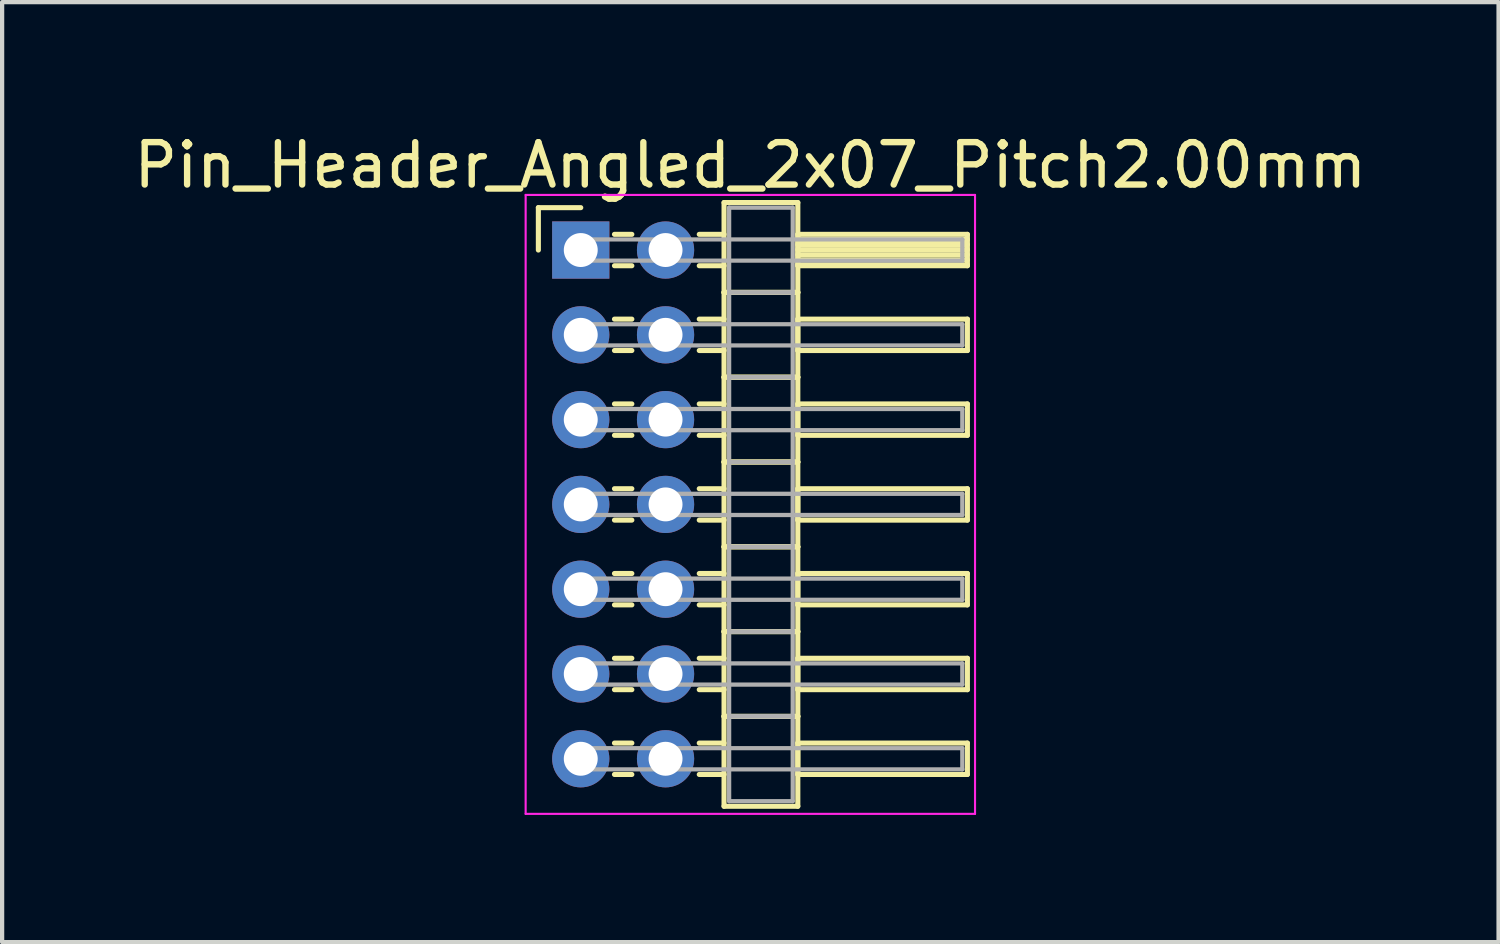
<source format=kicad_pcb>
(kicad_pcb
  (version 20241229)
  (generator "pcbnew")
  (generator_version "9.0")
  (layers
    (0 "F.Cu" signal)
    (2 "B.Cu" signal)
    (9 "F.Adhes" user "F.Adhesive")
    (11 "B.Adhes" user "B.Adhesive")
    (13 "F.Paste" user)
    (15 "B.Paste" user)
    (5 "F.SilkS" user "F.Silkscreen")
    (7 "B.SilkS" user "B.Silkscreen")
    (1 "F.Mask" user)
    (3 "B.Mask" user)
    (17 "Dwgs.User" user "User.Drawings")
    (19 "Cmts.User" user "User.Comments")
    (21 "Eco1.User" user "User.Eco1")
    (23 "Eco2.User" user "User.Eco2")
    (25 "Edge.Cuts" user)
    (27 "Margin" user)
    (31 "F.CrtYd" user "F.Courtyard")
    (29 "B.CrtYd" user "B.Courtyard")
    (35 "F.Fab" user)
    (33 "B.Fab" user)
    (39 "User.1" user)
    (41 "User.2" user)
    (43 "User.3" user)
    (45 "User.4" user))
  (footprint "Pin_Header_Angled_2x07_Pitch2.00mm"
    (layer "F.Cu")
    (at 10.649 2.848)
    (property "Reference" "Pin_Header_Angled_2x07_Pitch2.00mm" (at 4 -2 0) (layer "F.SilkS") (effects (font (size 1 1) (thickness 0.15))))
    (attr through_hole)
    (fp_line (start -1 -1) (end 0 -1) (stroke (width 0.12) (type solid)) (layer "F.SilkS"))
    (fp_line (start -1 0) (end -1 -1) (stroke (width 0.12) (type solid)) (layer "F.SilkS"))
    (fp_line (start 0.795 -0.37) (end 1.205 -0.37) (stroke (width 0.12) (type solid)) (layer "F.SilkS"))
    (fp_line (start 0.795 0.37) (end 1.205 0.37) (stroke (width 0.12) (type solid)) (layer "F.SilkS"))
    (fp_line (start 0.795 1.63) (end 1.205 1.63) (stroke (width 0.12) (type solid)) (layer "F.SilkS"))
    (fp_line (start 0.795 2.37) (end 1.205 2.37) (stroke (width 0.12) (type solid)) (layer "F.SilkS"))
    (fp_line (start 0.795 3.63) (end 1.205 3.63) (stroke (width 0.12) (type solid)) (layer "F.SilkS"))
    (fp_line (start 0.795 4.37) (end 1.205 4.37) (stroke (width 0.12) (type solid)) (layer "F.SilkS"))
    (fp_line (start 0.795 5.63) (end 1.205 5.63) (stroke (width 0.12) (type solid)) (layer "F.SilkS"))
    (fp_line (start 0.795 6.37) (end 1.205 6.37) (stroke (width 0.12) (type solid)) (layer "F.SilkS"))
    (fp_line (start 0.795 7.63) (end 1.205 7.63) (stroke (width 0.12) (type solid)) (layer "F.SilkS"))
    (fp_line (start 0.795 8.37) (end 1.205 8.37) (stroke (width 0.12) (type solid)) (layer "F.SilkS"))
    (fp_line (start 0.795 9.63) (end 1.205 9.63) (stroke (width 0.12) (type solid)) (layer "F.SilkS"))
    (fp_line (start 0.795 10.37) (end 1.205 10.37) (stroke (width 0.12) (type solid)) (layer "F.SilkS"))
    (fp_line (start 0.795 11.63) (end 1.205 11.63) (stroke (width 0.12) (type solid)) (layer "F.SilkS"))
    (fp_line (start 0.795 12.37) (end 1.205 12.37) (stroke (width 0.12) (type solid)) (layer "F.SilkS"))
    (fp_line (start 2.795 -0.37) (end 3.38 -0.37) (stroke (width 0.12) (type solid)) (layer "F.SilkS"))
    (fp_line (start 2.795 0.37) (end 3.38 0.37) (stroke (width 0.12) (type solid)) (layer "F.SilkS"))
    (fp_line (start 2.795 1.63) (end 3.38 1.63) (stroke (width 0.12) (type solid)) (layer "F.SilkS"))
    (fp_line (start 2.795 2.37) (end 3.38 2.37) (stroke (width 0.12) (type solid)) (layer "F.SilkS"))
    (fp_line (start 2.795 3.63) (end 3.38 3.63) (stroke (width 0.12) (type solid)) (layer "F.SilkS"))
    (fp_line (start 2.795 4.37) (end 3.38 4.37) (stroke (width 0.12) (type solid)) (layer "F.SilkS"))
    (fp_line (start 2.795 5.63) (end 3.38 5.63) (stroke (width 0.12) (type solid)) (layer "F.SilkS"))
    (fp_line (start 2.795 6.37) (end 3.38 6.37) (stroke (width 0.12) (type solid)) (layer "F.SilkS"))
    (fp_line (start 2.795 7.63) (end 3.38 7.63) (stroke (width 0.12) (type solid)) (layer "F.SilkS"))
    (fp_line (start 2.795 8.37) (end 3.38 8.37) (stroke (width 0.12) (type solid)) (layer "F.SilkS"))
    (fp_line (start 2.795 9.63) (end 3.38 9.63) (stroke (width 0.12) (type solid)) (layer "F.SilkS"))
    (fp_line (start 2.795 10.37) (end 3.38 10.37) (stroke (width 0.12) (type solid)) (layer "F.SilkS"))
    (fp_line (start 2.795 11.63) (end 3.38 11.63) (stroke (width 0.12) (type solid)) (layer "F.SilkS"))
    (fp_line (start 2.795 12.37) (end 3.38 12.37) (stroke (width 0.12) (type solid)) (layer "F.SilkS"))
    (fp_line (start 3.38 -1.12) (end 3.38 1) (stroke (width 0.12) (type solid)) (layer "F.SilkS"))
    (fp_line (start 3.38 1) (end 3.38 3) (stroke (width 0.12) (type solid)) (layer "F.SilkS"))
    (fp_line (start 3.38 1) (end 5.12 1) (stroke (width 0.12) (type solid)) (layer "F.SilkS"))
    (fp_line (start 3.38 3) (end 3.38 5) (stroke (width 0.12) (type solid)) (layer "F.SilkS"))
    (fp_line (start 3.38 3) (end 5.12 3) (stroke (width 0.12) (type solid)) (layer "F.SilkS"))
    (fp_line (start 3.38 5) (end 3.38 7) (stroke (width 0.12) (type solid)) (layer "F.SilkS"))
    (fp_line (start 3.38 5) (end 5.12 5) (stroke (width 0.12) (type solid)) (layer "F.SilkS"))
    (fp_line (start 3.38 7) (end 3.38 9) (stroke (width 0.12) (type solid)) (layer "F.SilkS"))
    (fp_line (start 3.38 7) (end 5.12 7) (stroke (width 0.12) (type solid)) (layer "F.SilkS"))
    (fp_line (start 3.38 9) (end 3.38 11) (stroke (width 0.12) (type solid)) (layer "F.SilkS"))
    (fp_line (start 3.38 9) (end 5.12 9) (stroke (width 0.12) (type solid)) (layer "F.SilkS"))
    (fp_line (start 3.38 11) (end 3.38 13.12) (stroke (width 0.12) (type solid)) (layer "F.SilkS"))
    (fp_line (start 3.38 11) (end 5.12 11) (stroke (width 0.12) (type solid)) (layer "F.SilkS"))
    (fp_line (start 3.38 13.12) (end 5.12 13.12) (stroke (width 0.12) (type solid)) (layer "F.SilkS"))
    (fp_line (start 5.12 -1.12) (end 3.38 -1.12) (stroke (width 0.12) (type solid)) (layer "F.SilkS"))
    (fp_line (start 5.12 -0.37) (end 5.12 0.37) (stroke (width 0.12) (type solid)) (layer "F.SilkS"))
    (fp_line (start 5.12 -0.25) (end 9.12 -0.25) (stroke (width 0.12) (type solid)) (layer "F.SilkS"))
    (fp_line (start 5.12 -0.13) (end 9.12 -0.13) (stroke (width 0.12) (type solid)) (layer "F.SilkS"))
    (fp_line (start 5.12 -0.01) (end 9.12 -0.01) (stroke (width 0.12) (type solid)) (layer "F.SilkS"))
    (fp_line (start 5.12 0.11) (end 9.12 0.11) (stroke (width 0.12) (type solid)) (layer "F.SilkS"))
    (fp_line (start 5.12 0.23) (end 9.12 0.23) (stroke (width 0.12) (type solid)) (layer "F.SilkS"))
    (fp_line (start 5.12 0.35) (end 9.12 0.35) (stroke (width 0.12) (type solid)) (layer "F.SilkS"))
    (fp_line (start 5.12 0.37) (end 9.12 0.37) (stroke (width 0.12) (type solid)) (layer "F.SilkS"))
    (fp_line (start 5.12 1) (end 3.38 1) (stroke (width 0.12) (type solid)) (layer "F.SilkS"))
    (fp_line (start 5.12 1) (end 5.12 -1.12) (stroke (width 0.12) (type solid)) (layer "F.SilkS"))
    (fp_line (start 5.12 1.63) (end 5.12 2.37) (stroke (width 0.12) (type solid)) (layer "F.SilkS"))
    (fp_line (start 5.12 2.37) (end 9.12 2.37) (stroke (width 0.12) (type solid)) (layer "F.SilkS"))
    (fp_line (start 5.12 3) (end 3.38 3) (stroke (width 0.12) (type solid)) (layer "F.SilkS"))
    (fp_line (start 5.12 3) (end 5.12 1) (stroke (width 0.12) (type solid)) (layer "F.SilkS"))
    (fp_line (start 5.12 3.63) (end 5.12 4.37) (stroke (width 0.12) (type solid)) (layer "F.SilkS"))
    (fp_line (start 5.12 4.37) (end 9.12 4.37) (stroke (width 0.12) (type solid)) (layer "F.SilkS"))
    (fp_line (start 5.12 5) (end 3.38 5) (stroke (width 0.12) (type solid)) (layer "F.SilkS"))
    (fp_line (start 5.12 5) (end 5.12 3) (stroke (width 0.12) (type solid)) (layer "F.SilkS"))
    (fp_line (start 5.12 5.63) (end 5.12 6.37) (stroke (width 0.12) (type solid)) (layer "F.SilkS"))
    (fp_line (start 5.12 6.37) (end 9.12 6.37) (stroke (width 0.12) (type solid)) (layer "F.SilkS"))
    (fp_line (start 5.12 7) (end 3.38 7) (stroke (width 0.12) (type solid)) (layer "F.SilkS"))
    (fp_line (start 5.12 7) (end 5.12 5) (stroke (width 0.12) (type solid)) (layer "F.SilkS"))
    (fp_line (start 5.12 7.63) (end 5.12 8.37) (stroke (width 0.12) (type solid)) (layer "F.SilkS"))
    (fp_line (start 5.12 8.37) (end 9.12 8.37) (stroke (width 0.12) (type solid)) (layer "F.SilkS"))
    (fp_line (start 5.12 9) (end 3.38 9) (stroke (width 0.12) (type solid)) (layer "F.SilkS"))
    (fp_line (start 5.12 9) (end 5.12 7) (stroke (width 0.12) (type solid)) (layer "F.SilkS"))
    (fp_line (start 5.12 9.63) (end 5.12 10.37) (stroke (width 0.12) (type solid)) (layer "F.SilkS"))
    (fp_line (start 5.12 10.37) (end 9.12 10.37) (stroke (width 0.12) (type solid)) (layer "F.SilkS"))
    (fp_line (start 5.12 11) (end 3.38 11) (stroke (width 0.12) (type solid)) (layer "F.SilkS"))
    (fp_line (start 5.12 11) (end 5.12 9) (stroke (width 0.12) (type solid)) (layer "F.SilkS"))
    (fp_line (start 5.12 11.63) (end 5.12 12.37) (stroke (width 0.12) (type solid)) (layer "F.SilkS"))
    (fp_line (start 5.12 12.37) (end 9.12 12.37) (stroke (width 0.12) (type solid)) (layer "F.SilkS"))
    (fp_line (start 5.12 13.12) (end 5.12 11) (stroke (width 0.12) (type solid)) (layer "F.SilkS"))
    (fp_line (start 9.12 -0.37) (end 5.12 -0.37) (stroke (width 0.12) (type solid)) (layer "F.SilkS"))
    (fp_line (start 9.12 0.37) (end 9.12 -0.37) (stroke (width 0.12) (type solid)) (layer "F.SilkS"))
    (fp_line (start 9.12 1.63) (end 5.12 1.63) (stroke (width 0.12) (type solid)) (layer "F.SilkS"))
    (fp_line (start 9.12 2.37) (end 9.12 1.63) (stroke (width 0.12) (type solid)) (layer "F.SilkS"))
    (fp_line (start 9.12 3.63) (end 5.12 3.63) (stroke (width 0.12) (type solid)) (layer "F.SilkS"))
    (fp_line (start 9.12 4.37) (end 9.12 3.63) (stroke (width 0.12) (type solid)) (layer "F.SilkS"))
    (fp_line (start 9.12 5.63) (end 5.12 5.63) (stroke (width 0.12) (type solid)) (layer "F.SilkS"))
    (fp_line (start 9.12 6.37) (end 9.12 5.63) (stroke (width 0.12) (type solid)) (layer "F.SilkS"))
    (fp_line (start 9.12 7.63) (end 5.12 7.63) (stroke (width 0.12) (type solid)) (layer "F.SilkS"))
    (fp_line (start 9.12 8.37) (end 9.12 7.63) (stroke (width 0.12) (type solid)) (layer "F.SilkS"))
    (fp_line (start 9.12 9.63) (end 5.12 9.63) (stroke (width 0.12) (type solid)) (layer "F.SilkS"))
    (fp_line (start 9.12 10.37) (end 9.12 9.63) (stroke (width 0.12) (type solid)) (layer "F.SilkS"))
    (fp_line (start 9.12 11.63) (end 5.12 11.63) (stroke (width 0.12) (type solid)) (layer "F.SilkS"))
    (fp_line (start 9.12 12.37) (end 9.12 11.63) (stroke (width 0.12) (type solid)) (layer "F.SilkS"))
    (fp_line (start -1.3 -1.3) (end -1.3 13.3) (stroke (width 0.05) (type solid)) (layer "F.CrtYd"))
    (fp_line (start -1.3 13.3) (end 9.3 13.3) (stroke (width 0.05) (type solid)) (layer "F.CrtYd"))
    (fp_line (start 9.3 -1.3) (end -1.3 -1.3) (stroke (width 0.05) (type solid)) (layer "F.CrtYd"))
    (fp_line (start 9.3 13.3) (end 9.3 -1.3) (stroke (width 0.05) (type solid)) (layer "F.CrtYd"))
    (fp_line (start 0 -0.25) (end 0 0.25) (stroke (width 0.1) (type solid)) (layer "F.Fab"))
    (fp_line (start 0 0.25) (end 9 0.25) (stroke (width 0.1) (type solid)) (layer "F.Fab"))
    (fp_line (start 0 1.75) (end 0 2.25) (stroke (width 0.1) (type solid)) (layer "F.Fab"))
    (fp_line (start 0 2.25) (end 9 2.25) (stroke (width 0.1) (type solid)) (layer "F.Fab"))
    (fp_line (start 0 3.75) (end 0 4.25) (stroke (width 0.1) (type solid)) (layer "F.Fab"))
    (fp_line (start 0 4.25) (end 9 4.25) (stroke (width 0.1) (type solid)) (layer "F.Fab"))
    (fp_line (start 0 5.75) (end 0 6.25) (stroke (width 0.1) (type solid)) (layer "F.Fab"))
    (fp_line (start 0 6.25) (end 9 6.25) (stroke (width 0.1) (type solid)) (layer "F.Fab"))
    (fp_line (start 0 7.75) (end 0 8.25) (stroke (width 0.1) (type solid)) (layer "F.Fab"))
    (fp_line (start 0 8.25) (end 9 8.25) (stroke (width 0.1) (type solid)) (layer "F.Fab"))
    (fp_line (start 0 9.75) (end 0 10.25) (stroke (width 0.1) (type solid)) (layer "F.Fab"))
    (fp_line (start 0 10.25) (end 9 10.25) (stroke (width 0.1) (type solid)) (layer "F.Fab"))
    (fp_line (start 0 11.75) (end 0 12.25) (stroke (width 0.1) (type solid)) (layer "F.Fab"))
    (fp_line (start 0 12.25) (end 9 12.25) (stroke (width 0.1) (type solid)) (layer "F.Fab"))
    (fp_line (start 3.5 -1) (end 3.5 1) (stroke (width 0.1) (type solid)) (layer "F.Fab"))
    (fp_line (start 3.5 1) (end 3.5 3) (stroke (width 0.1) (type solid)) (layer "F.Fab"))
    (fp_line (start 3.5 1) (end 5 1) (stroke (width 0.1) (type solid)) (layer "F.Fab"))
    (fp_line (start 3.5 3) (end 3.5 5) (stroke (width 0.1) (type solid)) (layer "F.Fab"))
    (fp_line (start 3.5 3) (end 5 3) (stroke (width 0.1) (type solid)) (layer "F.Fab"))
    (fp_line (start 3.5 5) (end 3.5 7) (stroke (width 0.1) (type solid)) (layer "F.Fab"))
    (fp_line (start 3.5 5) (end 5 5) (stroke (width 0.1) (type solid)) (layer "F.Fab"))
    (fp_line (start 3.5 7) (end 3.5 9) (stroke (width 0.1) (type solid)) (layer "F.Fab"))
    (fp_line (start 3.5 7) (end 5 7) (stroke (width 0.1) (type solid)) (layer "F.Fab"))
    (fp_line (start 3.5 9) (end 3.5 11) (stroke (width 0.1) (type solid)) (layer "F.Fab"))
    (fp_line (start 3.5 9) (end 5 9) (stroke (width 0.1) (type solid)) (layer "F.Fab"))
    (fp_line (start 3.5 11) (end 3.5 13) (stroke (width 0.1) (type solid)) (layer "F.Fab"))
    (fp_line (start 3.5 11) (end 5 11) (stroke (width 0.1) (type solid)) (layer "F.Fab"))
    (fp_line (start 3.5 13) (end 5 13) (stroke (width 0.1) (type solid)) (layer "F.Fab"))
    (fp_line (start 5 -1) (end 3.5 -1) (stroke (width 0.1) (type solid)) (layer "F.Fab"))
    (fp_line (start 5 1) (end 3.5 1) (stroke (width 0.1) (type solid)) (layer "F.Fab"))
    (fp_line (start 5 1) (end 5 -1) (stroke (width 0.1) (type solid)) (layer "F.Fab"))
    (fp_line (start 5 3) (end 3.5 3) (stroke (width 0.1) (type solid)) (layer "F.Fab"))
    (fp_line (start 5 3) (end 5 1) (stroke (width 0.1) (type solid)) (layer "F.Fab"))
    (fp_line (start 5 5) (end 3.5 5) (stroke (width 0.1) (type solid)) (layer "F.Fab"))
    (fp_line (start 5 5) (end 5 3) (stroke (width 0.1) (type solid)) (layer "F.Fab"))
    (fp_line (start 5 7) (end 3.5 7) (stroke (width 0.1) (type solid)) (layer "F.Fab"))
    (fp_line (start 5 7) (end 5 5) (stroke (width 0.1) (type solid)) (layer "F.Fab"))
    (fp_line (start 5 9) (end 3.5 9) (stroke (width 0.1) (type solid)) (layer "F.Fab"))
    (fp_line (start 5 9) (end 5 7) (stroke (width 0.1) (type solid)) (layer "F.Fab"))
    (fp_line (start 5 11) (end 3.5 11) (stroke (width 0.1) (type solid)) (layer "F.Fab"))
    (fp_line (start 5 11) (end 5 9) (stroke (width 0.1) (type solid)) (layer "F.Fab"))
    (fp_line (start 5 13) (end 5 11) (stroke (width 0.1) (type solid)) (layer "F.Fab"))
    (fp_line (start 9 -0.25) (end 0 -0.25) (stroke (width 0.1) (type solid)) (layer "F.Fab"))
    (fp_line (start 9 0.25) (end 9 -0.25) (stroke (width 0.1) (type solid)) (layer "F.Fab"))
    (fp_line (start 9 1.75) (end 0 1.75) (stroke (width 0.1) (type solid)) (layer "F.Fab"))
    (fp_line (start 9 2.25) (end 9 1.75) (stroke (width 0.1) (type solid)) (layer "F.Fab"))
    (fp_line (start 9 3.75) (end 0 3.75) (stroke (width 0.1) (type solid)) (layer "F.Fab"))
    (fp_line (start 9 4.25) (end 9 3.75) (stroke (width 0.1) (type solid)) (layer "F.Fab"))
    (fp_line (start 9 5.75) (end 0 5.75) (stroke (width 0.1) (type solid)) (layer "F.Fab"))
    (fp_line (start 9 6.25) (end 9 5.75) (stroke (width 0.1) (type solid)) (layer "F.Fab"))
    (fp_line (start 9 7.75) (end 0 7.75) (stroke (width 0.1) (type solid)) (layer "F.Fab"))
    (fp_line (start 9 8.25) (end 9 7.75) (stroke (width 0.1) (type solid)) (layer "F.Fab"))
    (fp_line (start 9 9.75) (end 0 9.75) (stroke (width 0.1) (type solid)) (layer "F.Fab"))
    (fp_line (start 9 10.25) (end 9 9.75) (stroke (width 0.1) (type solid)) (layer "F.Fab"))
    (fp_line (start 9 11.75) (end 0 11.75) (stroke (width 0.1) (type solid)) (layer "F.Fab"))
    (fp_line (start 9 12.25) (end 9 11.75) (stroke (width 0.1) (type solid)) (layer "F.Fab"))
    (pad "1" thru_hole rect (at 0 0) (size 1.35 1.35) (drill 0.8) (layers "*.Cu" "*.Mask"))
    (pad "2" thru_hole oval (at 2 0) (size 1.35 1.35) (drill 0.8) (layers "*.Cu" "*.Mask"))
    (pad "3" thru_hole oval (at 0 2) (size 1.35 1.35) (drill 0.8) (layers "*.Cu" "*.Mask"))
    (pad "4" thru_hole oval (at 2 2) (size 1.35 1.35) (drill 0.8) (layers "*.Cu" "*.Mask"))
    (pad "5" thru_hole oval (at 0 4) (size 1.35 1.35) (drill 0.8) (layers "*.Cu" "*.Mask"))
    (pad "6" thru_hole oval (at 2 4) (size 1.35 1.35) (drill 0.8) (layers "*.Cu" "*.Mask"))
    (pad "7" thru_hole oval (at 0 6) (size 1.35 1.35) (drill 0.8) (layers "*.Cu" "*.Mask"))
    (pad "8" thru_hole oval (at 2 6) (size 1.35 1.35) (drill 0.8) (layers "*.Cu" "*.Mask"))
    (pad "9" thru_hole oval (at 0 8) (size 1.35 1.35) (drill 0.8) (layers "*.Cu" "*.Mask"))
    (pad "10" thru_hole oval (at 2 8) (size 1.35 1.35) (drill 0.8) (layers "*.Cu" "*.Mask"))
    (pad "11" thru_hole oval (at 0 10) (size 1.35 1.35) (drill 0.8) (layers "*.Cu" "*.Mask"))
    (pad "12" thru_hole oval (at 2 10) (size 1.35 1.35) (drill 0.8) (layers "*.Cu" "*.Mask"))
    (pad "13" thru_hole oval (at 0 12) (size 1.35 1.35) (drill 0.8) (layers "*.Cu" "*.Mask"))
    (pad "14" thru_hole oval (at 2 12) (size 1.35 1.35) (drill 0.8) (layers "*.Cu" "*.Mask")))
  (gr_rect
    (start -3 -3)
    (end 32.298 19.173)
    (stroke (width 0.1) (type default))
    (fill no)
    (layer "Edge.Cuts")))
</source>
